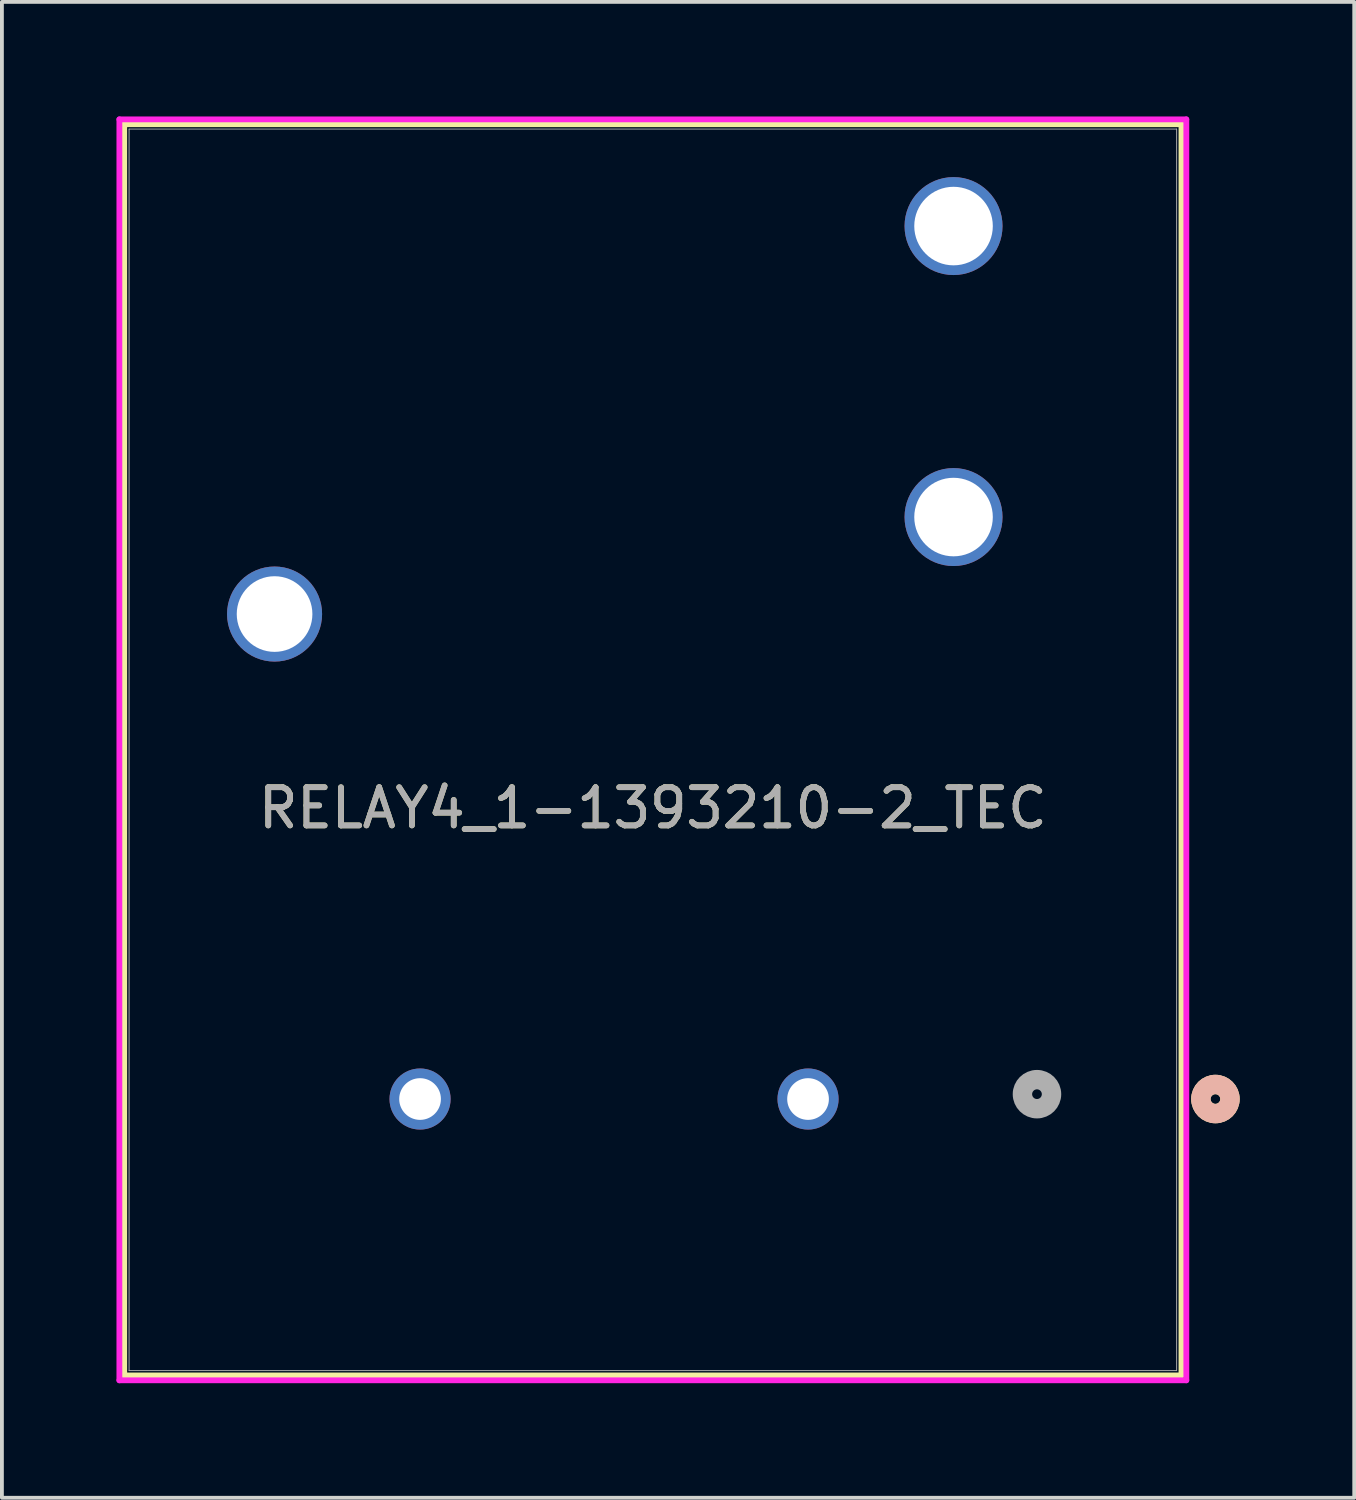
<source format=kicad_pcb>
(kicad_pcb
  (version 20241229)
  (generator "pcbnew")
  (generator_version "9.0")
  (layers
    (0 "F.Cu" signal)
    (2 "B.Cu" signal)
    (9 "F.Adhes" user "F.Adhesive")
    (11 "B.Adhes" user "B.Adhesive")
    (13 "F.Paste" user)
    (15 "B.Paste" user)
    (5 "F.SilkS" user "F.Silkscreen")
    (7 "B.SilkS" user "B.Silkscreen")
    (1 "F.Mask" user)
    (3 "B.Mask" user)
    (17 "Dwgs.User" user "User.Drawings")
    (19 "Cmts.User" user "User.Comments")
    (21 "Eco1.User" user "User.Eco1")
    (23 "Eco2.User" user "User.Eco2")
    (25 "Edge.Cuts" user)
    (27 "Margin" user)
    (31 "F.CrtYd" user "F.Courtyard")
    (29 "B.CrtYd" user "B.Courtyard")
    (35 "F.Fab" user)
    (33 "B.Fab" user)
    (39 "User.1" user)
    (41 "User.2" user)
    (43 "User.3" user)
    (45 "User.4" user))
  (footprint "RELAY4_1-1393210-2_TEC"
    (layer "F.Cu")
    (at 18.034 25.679)
    (property "Reference" "RELAY4_1-1393210-2_TEC" (at -3.988 -7.569 0) (unlocked yes) (layer "F.SilkS") (effects (font (size 1 1) (thickness 0.15))))
    (attr through_hole)
    (fp_line (start -17.831 -25.476) (end -17.831 7.29) (stroke (width 0.152) (type solid)) (layer "F.SilkS"))
    (fp_line (start -17.831 7.29) (end 9.855 7.29) (stroke (width 0.152) (type solid)) (layer "F.SilkS"))
    (fp_line (start 9.855 -25.476) (end -17.831 -25.476) (stroke (width 0.152) (type solid)) (layer "F.SilkS"))
    (fp_line (start 9.855 7.29) (end 9.855 -25.476) (stroke (width 0.152) (type solid)) (layer "F.SilkS"))
    (fp_circle (center 10.744 0.051) (end 11.125 0.051) (stroke (width 0.508) (type solid)) (fill no) (layer "F.SilkS"))
    (fp_circle (center 10.744 0.051) (end 11.125 0.051) (stroke (width 0.508) (type solid)) (fill no) (layer "B.SilkS"))
    (fp_line (start -17.958 -25.603) (end -17.958 7.417) (stroke (width 0.152) (type solid)) (layer "F.CrtYd"))
    (fp_line (start -17.958 7.417) (end 9.982 7.417) (stroke (width 0.152) (type solid)) (layer "F.CrtYd"))
    (fp_line (start 9.982 -25.603) (end -17.958 -25.603) (stroke (width 0.152) (type solid)) (layer "F.CrtYd"))
    (fp_line (start 9.982 7.417) (end 9.982 -25.603) (stroke (width 0.152) (type solid)) (layer "F.CrtYd"))
    (fp_line (start -17.704 -25.349) (end -17.704 7.163) (stroke (width 0.025) (type solid)) (layer "F.Fab"))
    (fp_line (start -17.704 7.163) (end 9.728 7.163) (stroke (width 0.025) (type solid)) (layer "F.Fab"))
    (fp_line (start 9.728 -25.349) (end -17.704 -25.349) (stroke (width 0.025) (type solid)) (layer "F.Fab"))
    (fp_line (start 9.728 7.163) (end 9.728 -25.349) (stroke (width 0.025) (type solid)) (layer "F.Fab"))
    (fp_circle (center 6.071 -0.076) (end 6.452 -0.076) (stroke (width 0.508) (type solid)) (fill no) (layer "F.Fab"))
    (fp_text user "${REFERENCE}" (at -3.988 -7.569 0) (unlocked yes) (layer "F.Fab") (effects (font (size 1 1) (thickness 0.15))))
    (pad "1" thru_hole circle (at 0.076 0.051) (size 1.6 1.6) (drill 1.092) (layers "*.Cu" "*.Mask"))
    (pad "2" thru_hole circle (at -10.084 0.051) (size 1.6 1.6) (drill 1.092) (layers "*.Cu" "*.Mask"))
    (pad "3" thru_hole circle (at -13.894 -12.649) (size 2.489 2.489) (drill 1.981) (layers "*.Cu" "*.Mask"))
    (pad "4" thru_hole circle (at 3.886 -15.189) (size 2.565 2.565) (drill 2.057) (layers "*.Cu" "*.Mask"))
    (pad "5" thru_hole circle (at 3.886 -22.809) (size 2.565 2.565) (drill 2.057) (layers "*.Cu" "*.Mask")))
  (gr_rect
    (start -3 -3)
    (end 32.413 36.172)
    (stroke (width 0.1) (type default))
    (fill no)
    (layer "Edge.Cuts")))
</source>
